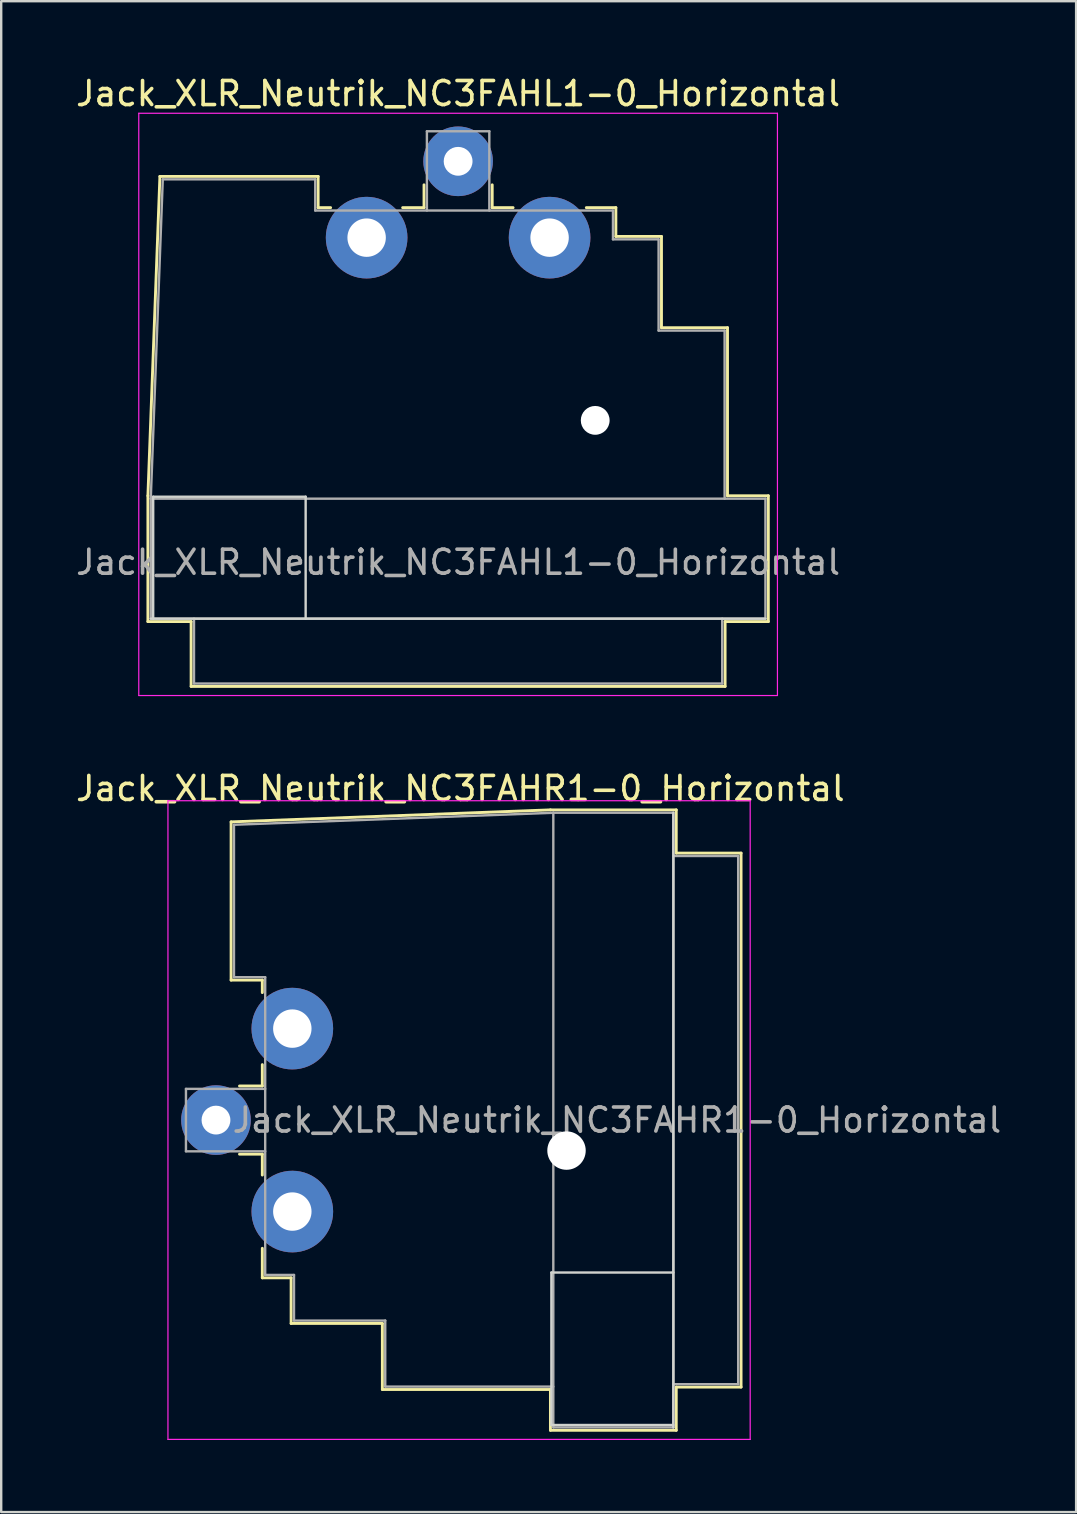
<source format=kicad_pcb>
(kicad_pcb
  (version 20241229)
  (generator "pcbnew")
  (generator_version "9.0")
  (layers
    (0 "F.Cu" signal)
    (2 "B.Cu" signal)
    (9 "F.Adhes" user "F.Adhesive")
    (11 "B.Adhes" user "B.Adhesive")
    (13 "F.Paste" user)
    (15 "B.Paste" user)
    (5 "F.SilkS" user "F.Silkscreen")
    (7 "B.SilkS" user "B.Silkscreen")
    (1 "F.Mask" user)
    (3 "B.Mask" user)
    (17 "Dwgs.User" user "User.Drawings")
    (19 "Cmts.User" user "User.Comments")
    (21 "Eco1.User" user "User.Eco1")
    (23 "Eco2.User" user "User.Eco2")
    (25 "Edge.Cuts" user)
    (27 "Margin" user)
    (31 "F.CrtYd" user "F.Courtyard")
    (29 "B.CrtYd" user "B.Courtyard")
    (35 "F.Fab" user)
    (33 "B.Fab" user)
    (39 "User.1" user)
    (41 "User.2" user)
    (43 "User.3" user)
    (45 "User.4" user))
  (footprint "Jack_XLR_Neutrik_NC3FAHL1-0_Horizontal"
    (layer "F.Cu")
    (at 12.22 6.848)
    (property "Reference" "Jack_XLR_Neutrik_NC3FAHL1-0_Horizontal" (at 3.81 -6 0) (layer "F.SilkS") (effects (font (size 1 1) (thickness 0.15))))
    (attr through_hole)
    (fp_line (start -9.11 10.75) (end -8.61 -2.55) (stroke (width 0.12) (type solid)) (layer "F.SilkS"))
    (fp_line (start -9.11 15.99) (end -9.11 10.75) (stroke (width 0.12) (type solid)) (layer "F.SilkS"))
    (fp_line (start -8.61 -2.55) (end -2.02 -2.55) (stroke (width 0.12) (type solid)) (layer "F.SilkS"))
    (fp_line (start -7.31 15.99) (end -9.11 15.99) (stroke (width 0.12) (type solid)) (layer "F.SilkS"))
    (fp_line (start -7.31 15.99) (end -7.31 18.69) (stroke (width 0.12) (type solid)) (layer "F.SilkS"))
    (fp_line (start -2.02 -2.55) (end -2.02 -1.25) (stroke (width 0.12) (type solid)) (layer "F.SilkS"))
    (fp_line (start -2.02 -1.25) (end -1.5 -1.25) (stroke (width 0.12) (type solid)) (layer "F.SilkS"))
    (fp_line (start 1.5 -1.25) (end 2.39 -1.25) (stroke (width 0.12) (type solid)) (layer "F.SilkS"))
    (fp_line (start 2.39 -1.25) (end 2.39 -2.2) (stroke (width 0.12) (type solid)) (layer "F.SilkS"))
    (fp_line (start 5.23 -1.25) (end 5.23 -2.2) (stroke (width 0.12) (type solid)) (layer "F.SilkS"))
    (fp_line (start 5.23 -1.25) (end 6.1 -1.25) (stroke (width 0.12) (type solid)) (layer "F.SilkS"))
    (fp_line (start 9.15 -1.25) (end 10.38 -1.25) (stroke (width 0.12) (type solid)) (layer "F.SilkS"))
    (fp_line (start 10.38 -0.05) (end 10.38 -1.25) (stroke (width 0.12) (type solid)) (layer "F.SilkS"))
    (fp_line (start 10.38 -0.05) (end 12.28 -0.05) (stroke (width 0.12) (type solid)) (layer "F.SilkS"))
    (fp_line (start 12.28 3.75) (end 12.28 -0.05) (stroke (width 0.12) (type solid)) (layer "F.SilkS"))
    (fp_line (start 12.28 3.75) (end 15.03 3.75) (stroke (width 0.12) (type solid)) (layer "F.SilkS"))
    (fp_line (start 14.93 15.99) (end 14.93 18.69) (stroke (width 0.12) (type solid)) (layer "F.SilkS"))
    (fp_line (start 14.93 18.69) (end -7.31 18.69) (stroke (width 0.12) (type solid)) (layer "F.SilkS"))
    (fp_line (start 15.03 10.75) (end 15.03 3.75) (stroke (width 0.12) (type solid)) (layer "F.SilkS"))
    (fp_line (start 15.03 10.75) (end 16.73 10.75) (stroke (width 0.12) (type solid)) (layer "F.SilkS"))
    (fp_line (start 16.73 15.99) (end 14.93 15.99) (stroke (width 0.12) (type solid)) (layer "F.SilkS"))
    (fp_line (start 16.73 15.99) (end 16.73 10.75) (stroke (width 0.12) (type solid)) (layer "F.SilkS"))
    (fp_line (start -8.89 10.79) (end -8.89 15.87) (stroke (width 0.1) (type solid)) (layer "Edge.Cuts"))
    (fp_line (start -2.54 10.79) (end -8.89 10.79) (stroke (width 0.1) (type solid)) (layer "Edge.Cuts"))
    (fp_line (start -2.54 15.87) (end -2.54 10.79) (stroke (width 0.1) (type solid)) (layer "Edge.Cuts"))
    (fp_line (start 16.61 15.87) (end -8.99 15.87) (stroke (width 0.1) (type solid)) (layer "Edge.Cuts"))
    (fp_line (start -9.49 19.07) (end -9.49 -5.18) (stroke (width 0.05) (type solid)) (layer "F.CrtYd"))
    (fp_line (start 17.11 -5.18) (end -9.49 -5.18) (stroke (width 0.05) (type solid)) (layer "F.CrtYd"))
    (fp_line (start 17.11 19.07) (end -9.49 19.07) (stroke (width 0.05) (type solid)) (layer "F.CrtYd"))
    (fp_line (start 17.11 19.07) (end 17.11 -5.18) (stroke (width 0.05) (type solid)) (layer "F.CrtYd"))
    (fp_line (start -8.99 10.87) (end 16.61 10.87) (stroke (width 0.1) (type solid)) (layer "F.Fab"))
    (fp_line (start -8.99 15.87) (end -8.99 10.87) (stroke (width 0.1) (type solid)) (layer "F.Fab"))
    (fp_line (start -8.49 -2.43) (end -8.99 10.87) (stroke (width 0.1) (type solid)) (layer "F.Fab"))
    (fp_line (start -8.49 -2.43) (end -2.14 -2.43) (stroke (width 0.1) (type solid)) (layer "F.Fab"))
    (fp_line (start -7.19 18.57) (end -7.19 15.87) (stroke (width 0.1) (type solid)) (layer "F.Fab"))
    (fp_line (start -2.14 -1.13) (end -2.14 -2.43) (stroke (width 0.1) (type solid)) (layer "F.Fab"))
    (fp_line (start -2.14 -1.13) (end 10.26 -1.13) (stroke (width 0.1) (type solid)) (layer "F.Fab"))
    (fp_line (start 2.51 -4.43) (end 2.51 -1.13) (stroke (width 0.1) (type solid)) (layer "F.Fab"))
    (fp_line (start 2.51 -4.43) (end 5.11 -4.43) (stroke (width 0.1) (type solid)) (layer "F.Fab"))
    (fp_line (start 5.11 -4.43) (end 5.11 -1.13) (stroke (width 0.1) (type solid)) (layer "F.Fab"))
    (fp_line (start 10.26 -1.13) (end 10.26 0.07) (stroke (width 0.1) (type solid)) (layer "F.Fab"))
    (fp_line (start 10.26 0.07) (end 12.16 0.07) (stroke (width 0.1) (type solid)) (layer "F.Fab"))
    (fp_line (start 12.16 0.07) (end 12.16 3.87) (stroke (width 0.1) (type solid)) (layer "F.Fab"))
    (fp_line (start 12.16 3.87) (end 14.91 3.87) (stroke (width 0.1) (type solid)) (layer "F.Fab"))
    (fp_line (start 14.81 15.87) (end 14.81 18.57) (stroke (width 0.1) (type solid)) (layer "F.Fab"))
    (fp_line (start 14.81 18.57) (end -7.19 18.57) (stroke (width 0.1) (type solid)) (layer "F.Fab"))
    (fp_line (start 14.91 3.87) (end 14.91 10.87) (stroke (width 0.1) (type solid)) (layer "F.Fab"))
    (fp_line (start 16.61 10.87) (end 16.61 15.87) (stroke (width 0.1) (type solid)) (layer "F.Fab"))
    (fp_line (start 16.61 15.87) (end -8.99 15.87) (stroke (width 0.1) (type solid)) (layer "F.Fab"))
    (fp_text user "${REFERENCE}" (at 3.81 13.52 0) (layer "F.Fab") (effects (font (size 1 1) (thickness 0.15))))
    (pad "" np_thru_hole circle (at 9.52 7.61) (size 1.2 1.2) (drill 1.2) (layers "*.Cu" "*.Mask"))
    (pad "1" thru_hole circle (at 0 0) (size 3.4 3.4) (drill 1.6) (layers "*.Cu" "*.Mask"))
    (pad "2" thru_hole circle (at 3.81 -3.18) (size 2.9 2.9) (drill 1.2) (layers "*.Cu" "*.Mask"))
    (pad "3" thru_hole circle (at 7.62 0) (size 3.4 3.4) (drill 1.6) (layers "*.Cu" "*.Mask")))
  (footprint "Jack_XLR_Neutrik_NC3FAHR1-0_Horizontal"
    (layer "F.Cu")
    (at 9.125 39.791)
    (property "Reference" "Jack_XLR_Neutrik_NC3FAHR1-0_Horizontal" (at 7 -10 0) (layer "F.SilkS") (effects (font (size 1 1) (thickness 0.15))))
    (attr through_hole)
    (fp_line (start -2.55 -8.61) (end -2.55 -2.02) (stroke (width 0.12) (type solid)) (layer "F.SilkS"))
    (fp_line (start -2.55 -2.02) (end -1.25 -2.02) (stroke (width 0.12) (type solid)) (layer "F.SilkS"))
    (fp_line (start -1.25 -2.02) (end -1.25 -1.5) (stroke (width 0.12) (type solid)) (layer "F.SilkS"))
    (fp_line (start -1.25 1.5) (end -1.25 2.39) (stroke (width 0.12) (type solid)) (layer "F.SilkS"))
    (fp_line (start -1.25 2.39) (end -2.2 2.39) (stroke (width 0.12) (type solid)) (layer "F.SilkS"))
    (fp_line (start -1.25 5.23) (end -2.2 5.23) (stroke (width 0.12) (type solid)) (layer "F.SilkS"))
    (fp_line (start -1.25 5.23) (end -1.25 6.1) (stroke (width 0.12) (type solid)) (layer "F.SilkS"))
    (fp_line (start -1.25 9.15) (end -1.25 10.38) (stroke (width 0.12) (type solid)) (layer "F.SilkS"))
    (fp_line (start -0.05 10.38) (end -1.25 10.38) (stroke (width 0.12) (type solid)) (layer "F.SilkS"))
    (fp_line (start -0.05 10.38) (end -0.05 12.28) (stroke (width 0.12) (type solid)) (layer "F.SilkS"))
    (fp_line (start 3.75 12.28) (end -0.05 12.28) (stroke (width 0.12) (type solid)) (layer "F.SilkS"))
    (fp_line (start 3.75 12.28) (end 3.75 15.03) (stroke (width 0.12) (type solid)) (layer "F.SilkS"))
    (fp_line (start 10.75 -9.11) (end -2.55 -8.61) (stroke (width 0.12) (type solid)) (layer "F.SilkS"))
    (fp_line (start 10.75 15.03) (end 3.75 15.03) (stroke (width 0.12) (type solid)) (layer "F.SilkS"))
    (fp_line (start 10.75 16.73) (end 10.75 15.03) (stroke (width 0.12) (type solid)) (layer "F.SilkS"))
    (fp_line (start 15.99 -9.11) (end 10.75 -9.11) (stroke (width 0.12) (type solid)) (layer "F.SilkS"))
    (fp_line (start 15.99 -9.11) (end 15.99 -7.31) (stroke (width 0.12) (type solid)) (layer "F.SilkS"))
    (fp_line (start 15.99 -7.31) (end 18.69 -7.31) (stroke (width 0.12) (type solid)) (layer "F.SilkS"))
    (fp_line (start 15.99 14.93) (end 15.99 16.73) (stroke (width 0.12) (type solid)) (layer "F.SilkS"))
    (fp_line (start 15.99 14.93) (end 18.69 14.93) (stroke (width 0.12) (type solid)) (layer "F.SilkS"))
    (fp_line (start 15.99 16.73) (end 10.75 16.73) (stroke (width 0.12) (type solid)) (layer "F.SilkS"))
    (fp_line (start 18.69 -7.31) (end 18.69 14.93) (stroke (width 0.12) (type solid)) (layer "F.SilkS"))
    (fp_line (start 10.79 10.16) (end 10.79 16.51) (stroke (width 0.1) (type solid)) (layer "Edge.Cuts"))
    (fp_line (start 10.79 16.51) (end 15.87 16.51) (stroke (width 0.1) (type solid)) (layer "Edge.Cuts"))
    (fp_line (start 15.87 -8.99) (end 15.87 16.61) (stroke (width 0.1) (type solid)) (layer "Edge.Cuts"))
    (fp_line (start 15.87 10.16) (end 10.79 10.16) (stroke (width 0.1) (type solid)) (layer "Edge.Cuts"))
    (fp_line (start -5.18 -9.49) (end -5.18 17.11) (stroke (width 0.05) (type solid)) (layer "F.CrtYd"))
    (fp_line (start 19.07 -9.49) (end -5.18 -9.49) (stroke (width 0.05) (type solid)) (layer "F.CrtYd"))
    (fp_line (start 19.07 -9.49) (end 19.07 17.11) (stroke (width 0.05) (type solid)) (layer "F.CrtYd"))
    (fp_line (start 19.07 17.11) (end -5.18 17.11) (stroke (width 0.05) (type solid)) (layer "F.CrtYd"))
    (fp_line (start -4.43 2.51) (end -4.43 5.11) (stroke (width 0.1) (type solid)) (layer "F.Fab"))
    (fp_line (start -4.43 2.51) (end -1.13 2.51) (stroke (width 0.1) (type solid)) (layer "F.Fab"))
    (fp_line (start -4.43 5.11) (end -1.13 5.11) (stroke (width 0.1) (type solid)) (layer "F.Fab"))
    (fp_line (start -2.43 -8.49) (end -2.43 -2.14) (stroke (width 0.1) (type solid)) (layer "F.Fab"))
    (fp_line (start -2.43 -8.49) (end 10.87 -8.99) (stroke (width 0.1) (type solid)) (layer "F.Fab"))
    (fp_line (start -1.13 -2.14) (end -2.43 -2.14) (stroke (width 0.1) (type solid)) (layer "F.Fab"))
    (fp_line (start -1.13 -2.14) (end -1.13 10.26) (stroke (width 0.1) (type solid)) (layer "F.Fab"))
    (fp_line (start -1.13 10.26) (end 0.07 10.26) (stroke (width 0.1) (type solid)) (layer "F.Fab"))
    (fp_line (start 0.07 10.26) (end 0.07 12.16) (stroke (width 0.1) (type solid)) (layer "F.Fab"))
    (fp_line (start 0.07 12.16) (end 3.87 12.16) (stroke (width 0.1) (type solid)) (layer "F.Fab"))
    (fp_line (start 3.87 12.16) (end 3.87 14.91) (stroke (width 0.1) (type solid)) (layer "F.Fab"))
    (fp_line (start 3.87 14.91) (end 10.87 14.91) (stroke (width 0.1) (type solid)) (layer "F.Fab"))
    (fp_line (start 10.87 -8.99) (end 15.87 -8.99) (stroke (width 0.1) (type solid)) (layer "F.Fab"))
    (fp_line (start 10.87 16.61) (end 10.87 -8.99) (stroke (width 0.1) (type solid)) (layer "F.Fab"))
    (fp_line (start 15.87 -8.99) (end 15.87 16.61) (stroke (width 0.1) (type solid)) (layer "F.Fab"))
    (fp_line (start 15.87 -7.19) (end 18.57 -7.19) (stroke (width 0.1) (type solid)) (layer "F.Fab"))
    (fp_line (start 15.87 16.61) (end 10.87 16.61) (stroke (width 0.1) (type solid)) (layer "F.Fab"))
    (fp_line (start 18.57 -7.19) (end 18.57 14.81) (stroke (width 0.1) (type solid)) (layer "F.Fab"))
    (fp_line (start 18.57 14.81) (end 15.87 14.81) (stroke (width 0.1) (type solid)) (layer "F.Fab"))
    (fp_text user "${REFERENCE}" (at 13.52 3.81 0) (layer "F.Fab") (effects (font (size 1 1) (thickness 0.15))))
    (pad "" np_thru_hole circle (at 11.42 5.08) (size 1.6 1.6) (drill 1.6) (layers "*.Cu" "*.Mask"))
    (pad "1" thru_hole circle (at 0 0) (size 3.4 3.4) (drill 1.6) (layers "*.Cu" "*.Mask"))
    (pad "2" thru_hole circle (at -3.18 3.81) (size 2.9 2.9) (drill 1.2) (layers "*.Cu" "*.Mask"))
    (pad "3" thru_hole circle (at 0 7.62) (size 3.4 3.4) (drill 1.6) (layers "*.Cu" "*.Mask")))
  (gr_rect
    (start -3 -3)
    (end 41.77 59.926)
    (stroke (width 0.1) (type default))
    (fill no)
    (layer "Edge.Cuts")))
</source>
